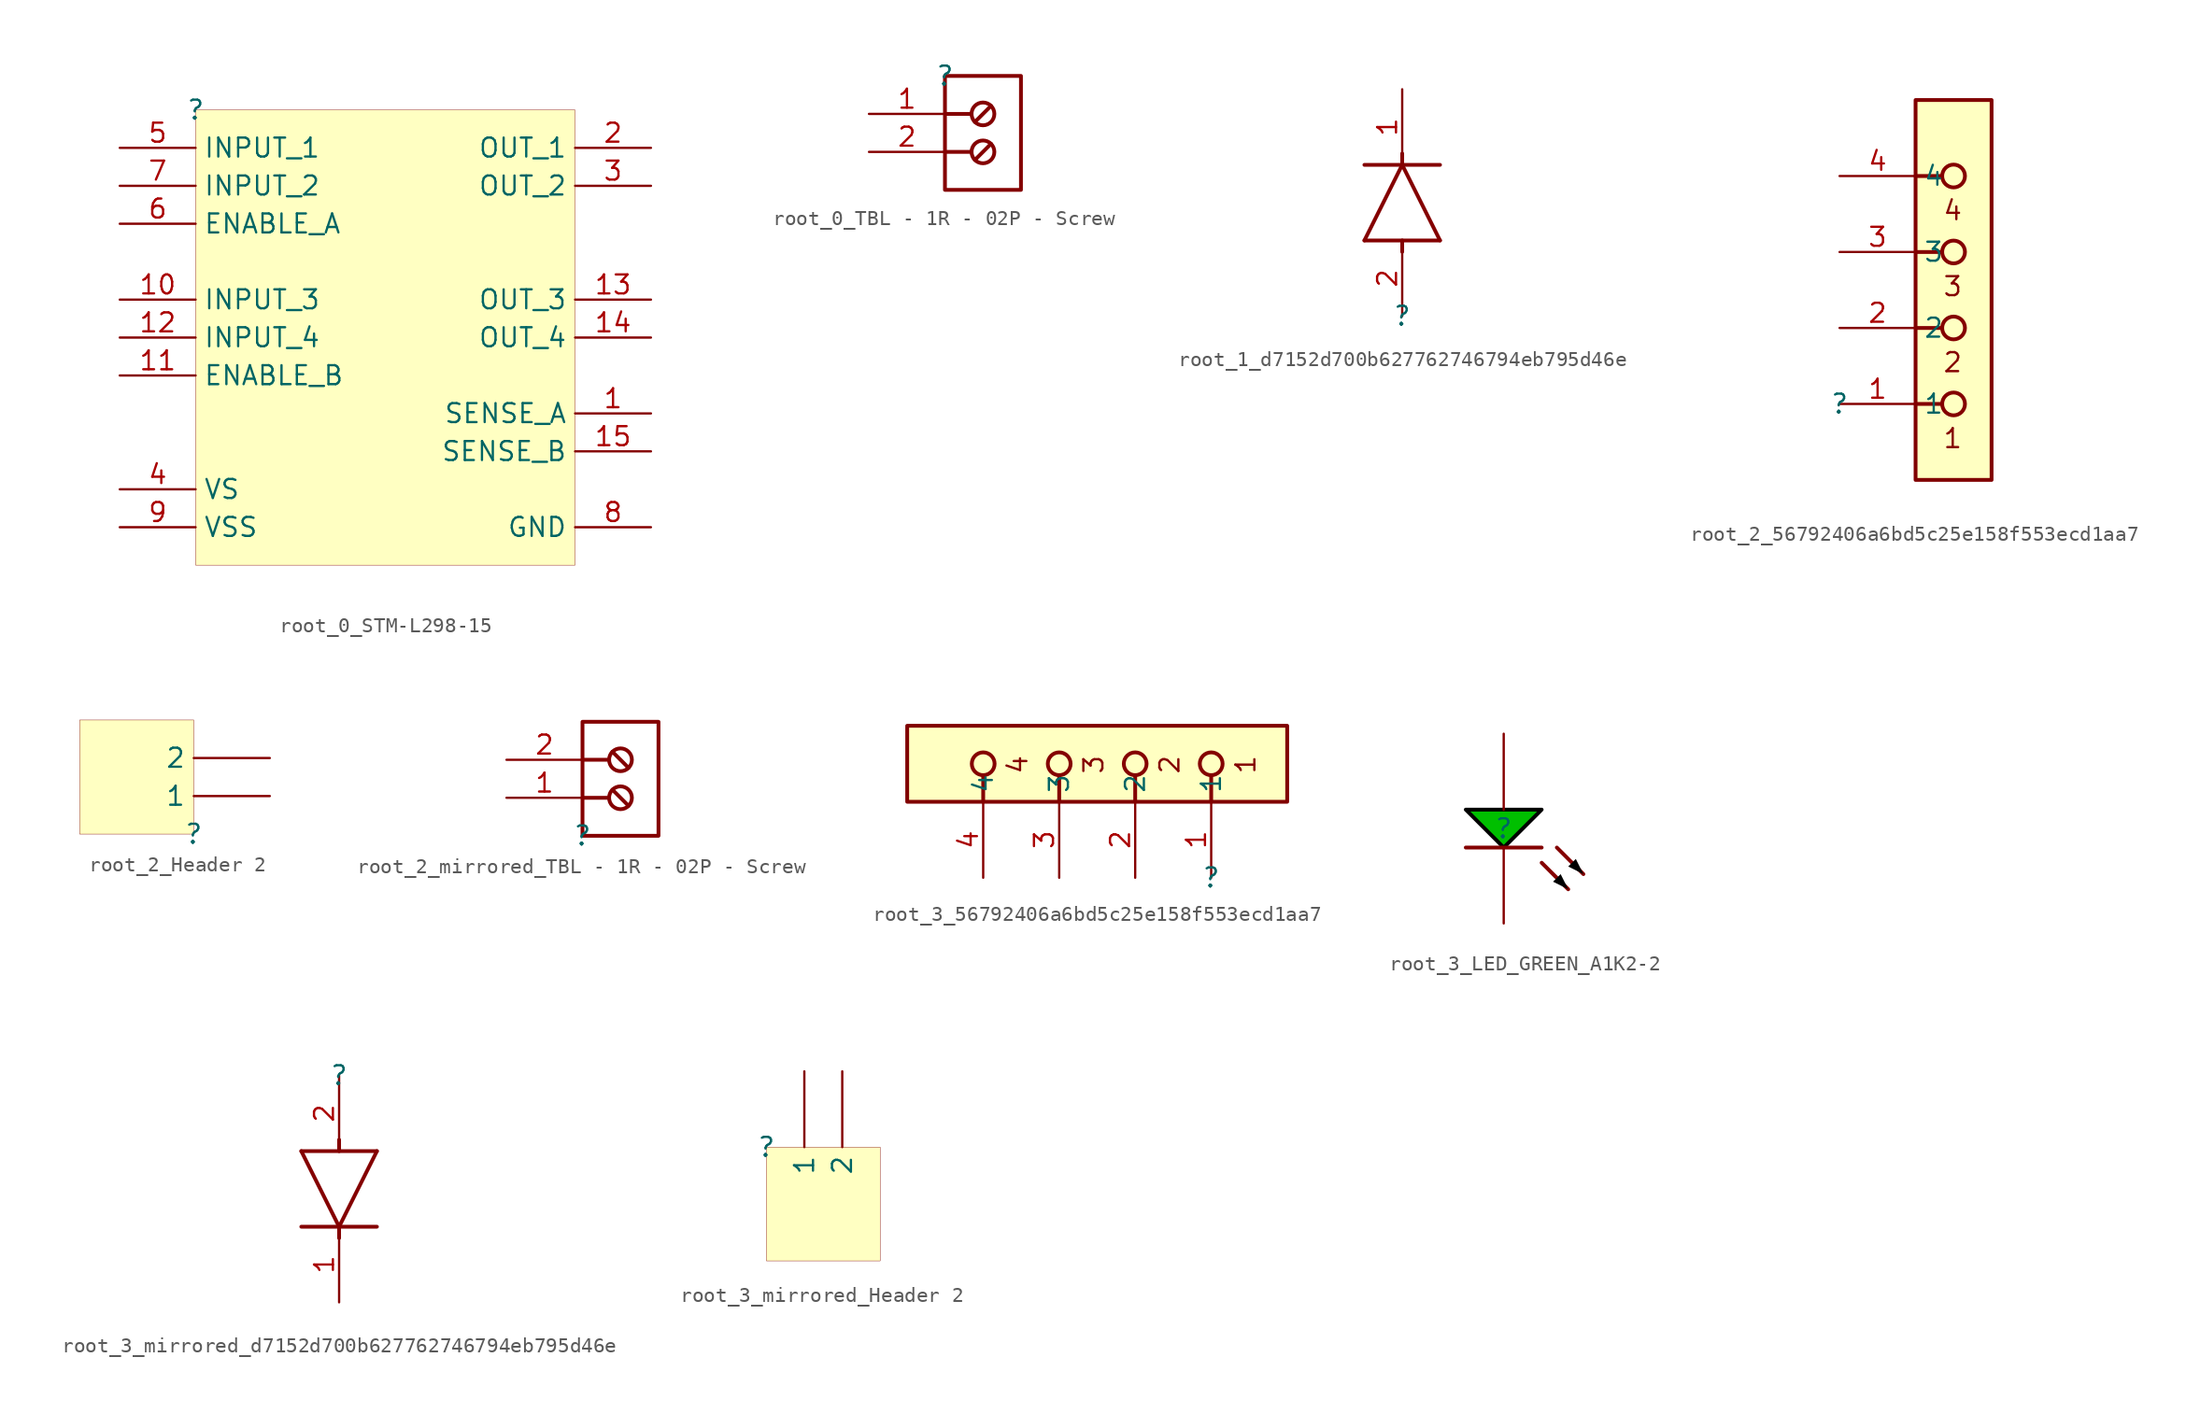
<source format=kicad_sym>
(kicad_symbol_lib
  (version 20231120)
  (generator "kicad_symbol_editor")
  (generator_version "8.0")
  (symbol "root_0_STM-L298-15"
    (property "Reference" ""
      (at 0 0 0)
      (effects (font (size 1.27 1.27))))
    (property "Value" ""
      (at 0 0 0)
      (effects (font (size 1.27 1.27))))
    (symbol "root_0_STM-L298-15_1_0"
      (rectangle (start 25.4 0) (end 0 -30.48) (stroke (width 0.025) (type solid) (color 128 0 0 1)) (fill (type background)))
      (pin input line (at 30.48 -20.32 180) (length 5.08) (name "SENSE_A" (effects (font (size 1.27 1.27)))) (number "1" (effects (font (size 1.27 1.27)))))
      (pin input line (at -5.08 -12.7 0) (length 5.08) (name "INPUT_3" (effects (font (size 1.27 1.27)))) (number "10" (effects (font (size 1.27 1.27)))))
      (pin input line (at -5.08 -17.78 0) (length 5.08) (name "ENABLE_B" (effects (font (size 1.27 1.27)))) (number "11" (effects (font (size 1.27 1.27)))))
      (pin input line (at -5.08 -15.24 0) (length 5.08) (name "INPUT_4" (effects (font (size 1.27 1.27)))) (number "12" (effects (font (size 1.27 1.27)))))
      (pin output line (at 30.48 -12.7 180) (length 5.08) (name "OUT_3" (effects (font (size 1.27 1.27)))) (number "13" (effects (font (size 1.27 1.27)))))
      (pin output line (at 30.48 -15.24 180) (length 5.08) (name "OUT_4" (effects (font (size 1.27 1.27)))) (number "14" (effects (font (size 1.27 1.27)))))
      (pin input line (at 30.48 -22.86 180) (length 5.08) (name "SENSE_B" (effects (font (size 1.27 1.27)))) (number "15" (effects (font (size 1.27 1.27)))))
      (pin output line (at 30.48 -2.54 180) (length 5.08) (name "OUT_1" (effects (font (size 1.27 1.27)))) (number "2" (effects (font (size 1.27 1.27)))))
      (pin output line (at 30.48 -5.08 180) (length 5.08) (name "OUT_2" (effects (font (size 1.27 1.27)))) (number "3" (effects (font (size 1.27 1.27)))))
      (pin power_in line (at -5.08 -25.4 0) (length 5.08) (name "VS" (effects (font (size 1.27 1.27)))) (number "4" (effects (font (size 1.27 1.27)))))
      (pin input line (at -5.08 -2.54 0) (length 5.08) (name "INPUT_1" (effects (font (size 1.27 1.27)))) (number "5" (effects (font (size 1.27 1.27)))))
      (pin input line (at -5.08 -7.62 0) (length 5.08) (name "ENABLE_A" (effects (font (size 1.27 1.27)))) (number "6" (effects (font (size 1.27 1.27)))))
      (pin input line (at -5.08 -5.08 0) (length 5.08) (name "INPUT_2" (effects (font (size 1.27 1.27)))) (number "7" (effects (font (size 1.27 1.27)))))
      (pin power_in line (at 30.48 -27.94 180) (length 5.08) (name "GND" (effects (font (size 1.27 1.27)))) (number "8" (effects (font (size 1.27 1.27)))))
      (pin power_in line (at -5.08 -27.94 0) (length 5.08) (name "VSS" (effects (font (size 1.27 1.27)))) (number "9" (effects (font (size 1.27 1.27)))))))
  (symbol "root_0_TBL - 1R - 02P - Screw"
    (property "Reference" ""
      (at 0 0 0)
      (effects (font (size 1.27 1.27))))
    (property "Value" ""
      (at 0 0 0)
      (effects (font (size 1.27 1.27))))
    (symbol "root_0_TBL - 1R - 02P - Screw_1_0"
      (polyline (pts (xy 0 -5.08) (xy 1.778 -5.08)) (stroke (width 0.254) (type solid)) (fill (type none)))
      (polyline (pts (xy 0 -2.54) (xy 1.778 -2.54)) (stroke (width 0.254) (type solid)) (fill (type none)))
      (polyline (pts (xy 3.079 -4.541) (xy 2.001 -5.619)) (stroke (width 0.254) (type solid)) (fill (type none)))
      (polyline (pts (xy 3.079 -2.001) (xy 2.001 -3.079)) (stroke (width 0.254) (type solid)) (fill (type none)))
      (polyline (pts (xy 5.08 0) (xy 0 0) (xy 0 -7.62) (xy 5.08 -7.62) (xy 5.08 0)) (stroke (width 0.254) (type solid)) (fill (type none)))
      (circle (center 2.54 -5.08) (radius 0.762) (stroke (width 0.254) (type solid)) (fill (type none)))
      (circle (center 2.54 -2.54) (radius 0.762) (stroke (width 0.254) (type solid)) (fill (type none)))
      (pin passive line (at -5.08 -2.54 0) (length 5.08) (name "1" (effects (font (size 0 0)))) (number "1" (effects (font (size 1.27 1.27)))))
      (pin passive line (at -5.08 -5.08 0) (length 5.08) (name "2" (effects (font (size 0 0)))) (number "2" (effects (font (size 1.27 1.27)))))))
  (symbol "root_1_d7152d700b627762746794eb795d46e"
    (property "Reference" ""
      (at 0 0 0)
      (effects (font (size 1.27 1.27))))
    (property "Value" ""
      (at 0 0 0)
      (effects (font (size 1.27 1.27))))
    (symbol "root_1_d7152d700b627762746794eb795d46e_1_0"
      (polyline (pts (xy -2.54 5.08) (xy 0 10.16)) (stroke (width 0.254) (type solid)) (fill (type none)))
      (polyline (pts (xy -2.54 5.08) (xy 2.54 5.08)) (stroke (width 0.254) (type solid)) (fill (type none)))
      (polyline (pts (xy -2.54 10.16) (xy 2.54 10.16)) (stroke (width 0.254) (type solid)) (fill (type none)))
      (polyline (pts (xy 0 5.08) (xy 0 4.318)) (stroke (width 0.254) (type solid)) (fill (type none)))
      (polyline (pts (xy 0 10.16) (xy 0 10.922)) (stroke (width 0.254) (type solid)) (fill (type none)))
      (polyline (pts (xy 2.54 5.08) (xy 0 10.16)) (stroke (width 0.254) (type solid)) (fill (type none)))
      (pin passive line (at 0 15.24 270) (length 5.08) (name "C" (effects (font (size 0 0)))) (number "1" (effects (font (size 1.27 1.27)))))
      (pin passive line (at 0 0 90) (length 5.08) (name "A" (effects (font (size 0 0)))) (number "2" (effects (font (size 1.27 1.27)))))))
  (symbol "root_2_56792406a6bd5c25e158f553ecd1aa7"
    (property "Reference" ""
      (at 0 0 0)
      (effects (font (size 1.27 1.27))))
    (property "Value" ""
      (at 0 0 0)
      (effects (font (size 1.27 1.27))))
    (symbol "root_2_56792406a6bd5c25e158f553ecd1aa7_1_0"
      (polyline (pts (xy 6.858 0) (xy 5.08 0)) (stroke (width 0.254) (type solid)) (fill (type none)))
      (polyline (pts (xy 6.858 5.08) (xy 5.08 5.08)) (stroke (width 0.254) (type solid)) (fill (type none)))
      (polyline (pts (xy 6.858 10.16) (xy 5.08 10.16)) (stroke (width 0.254) (type solid)) (fill (type none)))
      (polyline (pts (xy 6.858 15.24) (xy 5.08 15.24)) (stroke (width 0.254) (type solid)) (fill (type none)))
      (circle (center 7.62 0) (radius 0.762) (stroke (width 0.254) (type solid)) (fill (type none)))
      (circle (center 7.62 5.08) (radius 0.762) (stroke (width 0.254) (type solid)) (fill (type none)))
      (circle (center 7.62 10.16) (radius 0.762) (stroke (width 0.254) (type solid)) (fill (type none)))
      (circle (center 7.62 15.24) (radius 0.762) (stroke (width 0.254) (type solid)) (fill (type none)))
      (rectangle (start 10.16 20.32) (end 5.08 -5.08) (stroke (width 0.254) (type solid) (color 128 0 0 1)) (fill (type background)))
      (text "1" (at 6.858 -3.048 0) (effects (font (size 1.27 1.27)) (justify left bottom)))
      (text "2" (at 6.858 2.032 0) (effects (font (size 1.27 1.27)) (justify left bottom)))
      (text "3" (at 6.858 7.112 0) (effects (font (size 1.27 1.27)) (justify left bottom)))
      (text "4" (at 6.858 12.192 0) (effects (font (size 1.27 1.27)) (justify left bottom)))
      (pin passive line (at 0 0 0) (length 5.08) (name "1" (effects (font (size 1.27 1.27)))) (number "1" (effects (font (size 1.27 1.27)))))
      (pin passive line (at 0 5.08 0) (length 5.08) (name "2" (effects (font (size 1.27 1.27)))) (number "2" (effects (font (size 1.27 1.27)))))
      (pin passive line (at 0 10.16 0) (length 5.08) (name "3" (effects (font (size 1.27 1.27)))) (number "3" (effects (font (size 1.27 1.27)))))
      (pin passive line (at 0 15.24 0) (length 5.08) (name "4" (effects (font (size 1.27 1.27)))) (number "4" (effects (font (size 1.27 1.27)))))))
  (symbol "root_2_Header 2"
    (property "Reference" ""
      (at 0 0 0)
      (effects (font (size 1.27 1.27))))
    (property "Value" ""
      (at 0 0 0)
      (effects (font (size 1.27 1.27))))
    (symbol "root_2_Header 2_1_0"
      (rectangle (start 0 7.62) (end -7.62 0) (stroke (width 0.025) (type solid) (color 128 0 0 1)) (fill (type background)))
      (pin passive line (at 5.08 2.54 180) (length 5.08) (name "1" (effects (font (size 1.27 1.27)))) (number "1" (effects (font (size 0 0)))))
      (pin passive line (at 5.08 5.08 180) (length 5.08) (name "2" (effects (font (size 1.27 1.27)))) (number "2" (effects (font (size 0 0)))))))
  (symbol "root_2_mirrored_TBL - 1R - 02P - Screw"
    (property "Reference" ""
      (at 0 0 0)
      (effects (font (size 1.27 1.27))))
    (property "Value" ""
      (at 0 0 0)
      (effects (font (size 1.27 1.27))))
    (symbol "root_2_mirrored_TBL - 1R - 02P - Screw_1_0"
      (polyline (pts (xy 0 2.54) (xy 1.778 2.54)) (stroke (width 0.254) (type solid)) (fill (type none)))
      (polyline (pts (xy 0 5.08) (xy 1.778 5.08)) (stroke (width 0.254) (type solid)) (fill (type none)))
      (polyline (pts (xy 3.079 2.001) (xy 2.001 3.079)) (stroke (width 0.254) (type solid)) (fill (type none)))
      (polyline (pts (xy 3.079 4.541) (xy 2.001 5.619)) (stroke (width 0.254) (type solid)) (fill (type none)))
      (polyline (pts (xy 5.08 0) (xy 0 0) (xy 0 7.62) (xy 5.08 7.62) (xy 5.08 0)) (stroke (width 0.254) (type solid)) (fill (type none)))
      (circle (center 2.54 2.54) (radius 0.762) (stroke (width 0.254) (type solid)) (fill (type none)))
      (circle (center 2.54 5.08) (radius 0.762) (stroke (width 0.254) (type solid)) (fill (type none)))
      (pin passive line (at -5.08 2.54 0) (length 5.08) (name "1" (effects (font (size 0 0)))) (number "1" (effects (font (size 1.27 1.27)))))
      (pin passive line (at -5.08 5.08 0) (length 5.08) (name "2" (effects (font (size 0 0)))) (number "2" (effects (font (size 1.27 1.27)))))))
  (symbol "root_3_56792406a6bd5c25e158f553ecd1aa7"
    (property "Reference" ""
      (at 0 0 0)
      (effects (font (size 1.27 1.27))))
    (property "Value" ""
      (at 0 0 0)
      (effects (font (size 1.27 1.27))))
    (symbol "root_3_56792406a6bd5c25e158f553ecd1aa7_1_0"
      (circle (center -15.24 7.62) (radius 0.762) (stroke (width 0.254) (type solid)) (fill (type none)))
      (circle (center -10.16 7.62) (radius 0.762) (stroke (width 0.254) (type solid)) (fill (type none)))
      (circle (center -5.08 7.62) (radius 0.762) (stroke (width 0.254) (type solid)) (fill (type none)))
      (polyline (pts (xy -15.24 6.858) (xy -15.24 5.08)) (stroke (width 0.254) (type solid)) (fill (type none)))
      (polyline (pts (xy -10.16 6.858) (xy -10.16 5.08)) (stroke (width 0.254) (type solid)) (fill (type none)))
      (polyline (pts (xy -5.08 6.858) (xy -5.08 5.08)) (stroke (width 0.254) (type solid)) (fill (type none)))
      (polyline (pts (xy 0 6.858) (xy 0 5.08)) (stroke (width 0.254) (type solid)) (fill (type none)))
      (circle (center 0 7.62) (radius 0.762) (stroke (width 0.254) (type solid)) (fill (type none)))
      (rectangle (start 5.08 10.16) (end -20.32 5.08) (stroke (width 0.254) (type solid) (color 128 0 0 1)) (fill (type background)))
      (text "1" (at 3.048 6.858 900) (effects (font (size 1.27 1.27)) (justify left bottom)))
      (text "2" (at -2.032 6.858 900) (effects (font (size 1.27 1.27)) (justify left bottom)))
      (text "3" (at -7.112 6.858 900) (effects (font (size 1.27 1.27)) (justify left bottom)))
      (text "4" (at -12.192 6.858 900) (effects (font (size 1.27 1.27)) (justify left bottom)))
      (pin passive line (at 0 0 90) (length 5.08) (name "1" (effects (font (size 1.27 1.27)))) (number "1" (effects (font (size 1.27 1.27)))))
      (pin passive line (at -5.08 0 90) (length 5.08) (name "2" (effects (font (size 1.27 1.27)))) (number "2" (effects (font (size 1.27 1.27)))))
      (pin passive line (at -10.16 0 90) (length 5.08) (name "3" (effects (font (size 1.27 1.27)))) (number "3" (effects (font (size 1.27 1.27)))))
      (pin passive line (at -15.24 0 90) (length 5.08) (name "4" (effects (font (size 1.27 1.27)))) (number "4" (effects (font (size 1.27 1.27)))))))
  (symbol "root_3_LED_GREEN_A1K2-2"
    (property "Reference" ""
      (at 0 0 0)
      (effects (font (size 1.27 1.27))))
    (property "Value" ""
      (at 0 0 0)
      (effects (font (size 1.27 1.27))))
    (symbol "root_3_LED_GREEN_A1K2-2_1_0"
      (polyline (pts (xy 2.54 -2.286) (xy 4.318 -4.064)) (stroke (width 0.254) (type solid)) (fill (type none)))
      (polyline (pts (xy 2.54 -1.27) (xy -2.54 -1.27)) (stroke (width 0.254) (type solid)) (fill (type none)))
      (polyline (pts (xy 3.556 -1.27) (xy 5.334 -3.048)) (stroke (width 0.254) (type solid)) (fill (type none)))
      (polyline (pts (xy -2.54 1.27) (xy 0 -1.27) (xy 2.54 1.27) (xy -2.54 1.27)) (stroke (width 0.254) (type solid) (color 0 0 0 1)) (fill (type color) (color 0 191 0 1)))
      (polyline (pts (xy 4.318 -4.064) (xy 3.81 -3.048) (xy 3.302 -3.556) (xy 4.318 -4.064)) (stroke (width -0.0001) (type solid) (color 0 0 0 1)) (fill (type outline)))
      (polyline (pts (xy 5.334 -3.048) (xy 4.826 -2.032) (xy 4.318 -2.54) (xy 5.334 -3.048)) (stroke (width -0.0001) (type solid) (color 0 0 0 1)) (fill (type outline)))
      (pin passive line (at 0 6.35 270) (length 5.08) (name "A" (effects (font (size 0 0)))) (number "1" (effects (font (size 0 0)))))
      (pin passive line (at 0 -6.35 90) (length 5.08) (name "K" (effects (font (size 0 0)))) (number "2" (effects (font (size 0 0)))))))
  (symbol "root_3_mirrored_d7152d700b627762746794eb795d46e"
    (property "Reference" ""
      (at 0 0 0)
      (effects (font (size 1.27 1.27))))
    (property "Value" ""
      (at 0 0 0)
      (effects (font (size 1.27 1.27))))
    (symbol "root_3_mirrored_d7152d700b627762746794eb795d46e_1_0"
      (polyline (pts (xy -2.54 -10.16) (xy 2.54 -10.16)) (stroke (width 0.254) (type solid)) (fill (type none)))
      (polyline (pts (xy -2.54 -5.08) (xy 0 -10.16)) (stroke (width 0.254) (type solid)) (fill (type none)))
      (polyline (pts (xy -2.54 -5.08) (xy 2.54 -5.08)) (stroke (width 0.254) (type solid)) (fill (type none)))
      (polyline (pts (xy 0 -10.16) (xy 0 -10.922)) (stroke (width 0.254) (type solid)) (fill (type none)))
      (polyline (pts (xy 0 -5.08) (xy 0 -4.318)) (stroke (width 0.254) (type solid)) (fill (type none)))
      (polyline (pts (xy 2.54 -5.08) (xy 0 -10.16)) (stroke (width 0.254) (type solid)) (fill (type none)))
      (pin passive line (at 0 -15.24 90) (length 5.08) (name "C" (effects (font (size 0 0)))) (number "1" (effects (font (size 1.27 1.27)))))
      (pin passive line (at 0 0 270) (length 5.08) (name "A" (effects (font (size 0 0)))) (number "2" (effects (font (size 1.27 1.27)))))))
  (symbol "root_3_mirrored_Header 2"
    (property "Reference" ""
      (at 0 0 0)
      (effects (font (size 1.27 1.27))))
    (property "Value" ""
      (at 0 0 0)
      (effects (font (size 1.27 1.27))))
    (symbol "root_3_mirrored_Header 2_1_0"
      (rectangle (start 7.62 0) (end 0 -7.62) (stroke (width 0.025) (type solid) (color 128 0 0 1)) (fill (type background)))
      (pin passive line (at 2.54 5.08 270) (length 5.08) (name "1" (effects (font (size 1.27 1.27)))) (number "1" (effects (font (size 0 0)))))
      (pin passive line (at 5.08 5.08 270) (length 5.08) (name "2" (effects (font (size 1.27 1.27)))) (number "2" (effects (font (size 0 0))))))))
</source>
